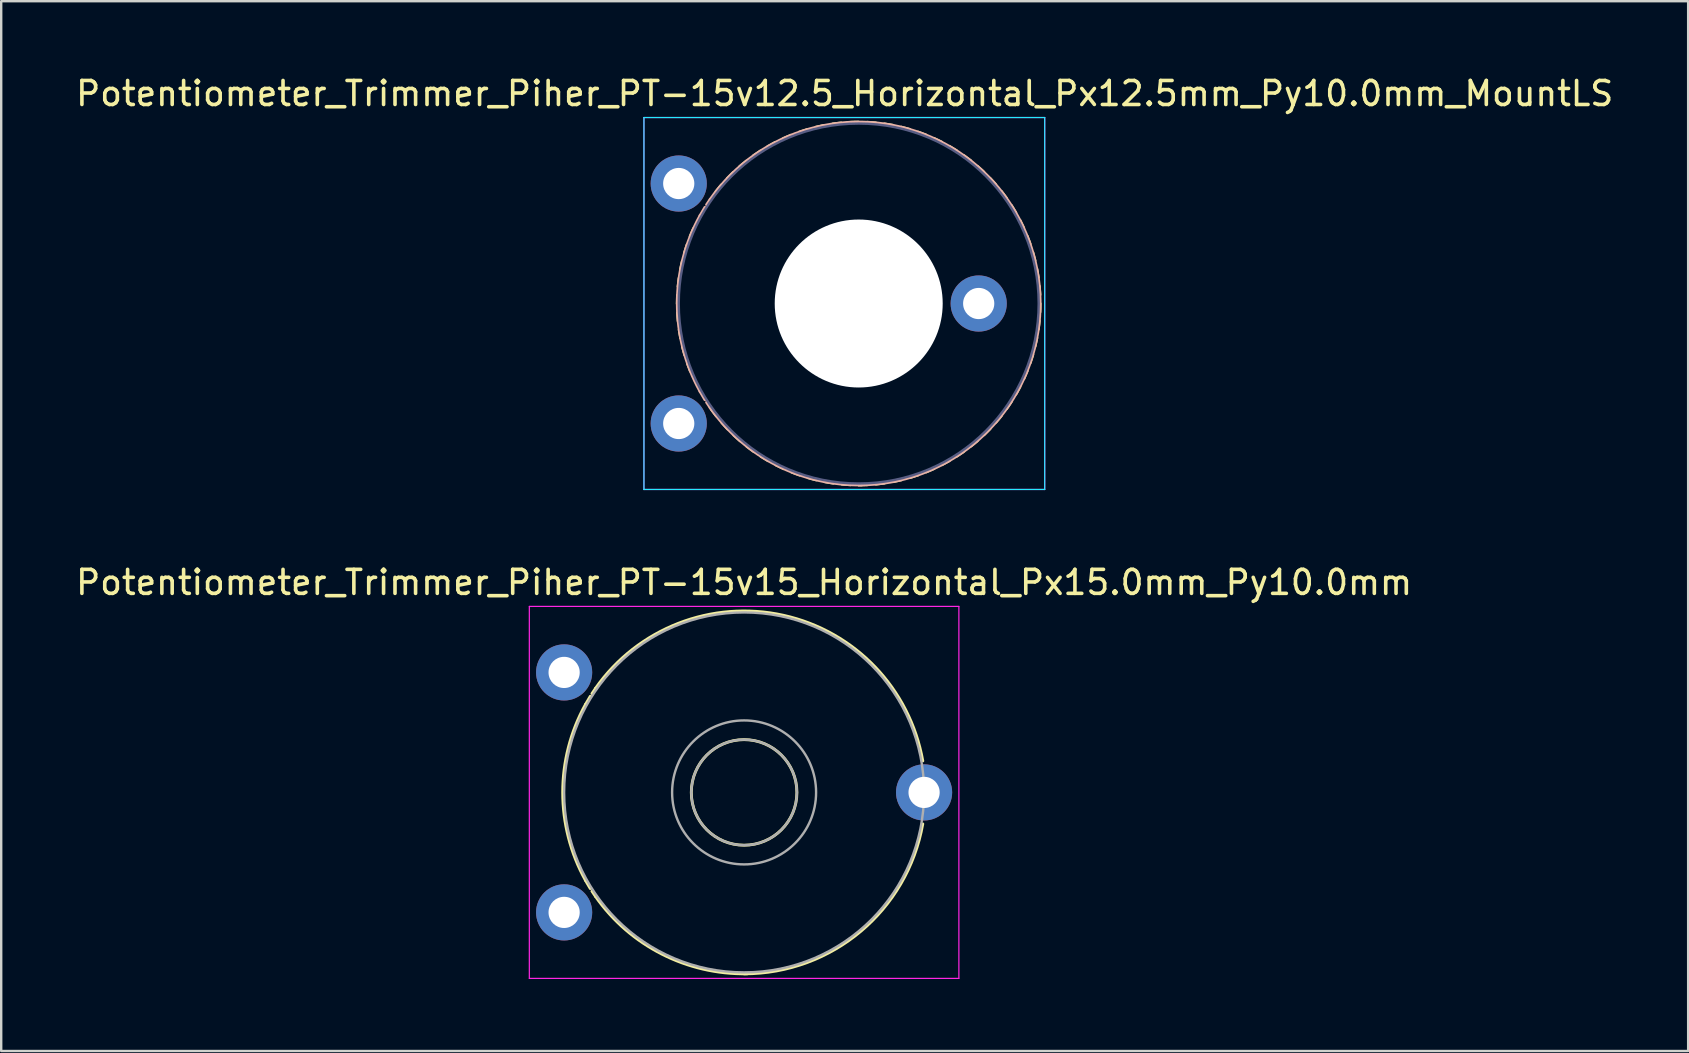
<source format=kicad_pcb>
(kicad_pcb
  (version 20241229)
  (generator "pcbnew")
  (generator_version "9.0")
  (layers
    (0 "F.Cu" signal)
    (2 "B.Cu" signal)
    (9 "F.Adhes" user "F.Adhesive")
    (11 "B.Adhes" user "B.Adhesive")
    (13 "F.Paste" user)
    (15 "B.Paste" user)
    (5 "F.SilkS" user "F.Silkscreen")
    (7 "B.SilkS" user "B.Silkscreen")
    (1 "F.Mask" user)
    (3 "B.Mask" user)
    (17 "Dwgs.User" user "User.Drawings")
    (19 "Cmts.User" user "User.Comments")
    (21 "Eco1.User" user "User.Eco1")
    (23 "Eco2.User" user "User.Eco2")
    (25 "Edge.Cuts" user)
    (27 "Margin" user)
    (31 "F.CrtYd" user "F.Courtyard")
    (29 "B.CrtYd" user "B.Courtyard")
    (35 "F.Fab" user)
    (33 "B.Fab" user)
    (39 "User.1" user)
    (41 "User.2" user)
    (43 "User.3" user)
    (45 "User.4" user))
  (footprint "Potentiometer_Trimmer_Piher_PT-15v12.5_Horizontal_Px12.5mm_Py10.0mm_MountLS"
    (layer "F.Cu")
    (at 25.234 14.598)
    (property "Reference" "Potentiometer_Trimmer_Piher_PT-15v12.5_Horizontal_Px12.5mm_Py10.0mm_MountLS" (at 6.915 -13.75 0) (layer "F.SilkS") (effects (font (size 1 1) (thickness 0.15))))
    (attr through_hole)
    (fp_arc (start -0.060867 -4.988822) (mid -0.059032 -5.166957) (end -0.053 -5.345) (stroke (width 0.12) (type solid)) (layer "F.SilkS"))
    (fp_arc (start -0.026718 -5.708229) (mid -0.007943 -5.88536) (end 0.015 -6.062) (stroke (width 0.12) (type solid)) (layer "F.SilkS"))
    (fp_arc (start -0.024953 -4.269715) (mid -0.04007 -4.447204) (end -0.051 -4.625) (stroke (width 0.12) (type solid)) (layer "F.SilkS"))
    (fp_arc (start 0.074828 -6.420804) (mid 0.110363 -6.595345) (end 0.15 -6.769) (stroke (width 0.12) (type solid)) (layer "F.SilkS"))
    (fp_arc (start 0.079697 -3.557855) (mid 0.04778 -3.733076) (end 0.02 -3.909) (stroke (width 0.12) (type solid)) (layer "F.SilkS"))
    (fp_arc (start 0.244053 -7.120552) (mid 0.296027 -7.290912) (end 0.352 -7.46) (stroke (width 0.12) (type solid)) (layer "F.SilkS"))
    (fp_arc (start 0.249802 -2.859092) (mid 0.201375 -3.030499) (end 0.157 -3.203) (stroke (width 0.12) (type solid)) (layer "F.SilkS"))
    (fp_arc (start 0.478291 -7.800341) (mid 0.546215 -7.964993) (end 0.618 -8.128) (stroke (width 0.12) (type solid)) (layer "F.SilkS"))
    (fp_arc (start 0.486126 -2.178469) (mid 0.421598 -2.344497) (end 0.361 -2.512) (stroke (width 0.12) (type solid)) (layer "F.SilkS"))
    (fp_arc (start 1.552598 -9.666019) (mid 1.664179 -9.804843) (end 1.779 -9.941) (stroke (width 0.12) (type solid)) (layer "F.SilkS"))
    (fp_arc (start 1.566046 -0.316273) (mid 1.457346 -0.457376) (end 1.352 -0.601) (stroke (width 0.12) (type solid)) (layer "F.SilkS"))
    (fp_arc (start 2.023411 -10.211803) (mid 2.14772 -10.339383) (end 2.275 -10.464) (stroke (width 0.12) (type solid)) (layer "F.SilkS"))
    (fp_arc (start 2.038166 0.22709) (mid 1.916533 0.09696) (end 1.798 -0.036) (stroke (width 0.12) (type solid)) (layer "F.SilkS"))
    (fp_arc (start 2.543574 -10.708858) (mid 2.679449 -10.824046) (end 2.818 -10.936) (stroke (width 0.12) (type solid)) (layer "F.SilkS"))
    (fp_arc (start 2.560109 0.723054) (mid 2.426646 0.605083) (end 2.296 0.484) (stroke (width 0.12) (type solid)) (layer "F.SilkS"))
    (fp_arc (start 3.109233 -11.153998) (mid 3.255438 -11.255735) (end 3.404 -11.354) (stroke (width 0.12) (type solid)) (layer "F.SilkS"))
    (fp_arc (start 3.126644 1.166859) (mid 2.982568 1.062112) (end 2.841 0.954) (stroke (width 0.12) (type solid)) (layer "F.SilkS"))
    (fp_arc (start 3.714536 -11.543945) (mid 3.86976 -11.631313) (end 4.027 -11.715) (stroke (width 0.12) (type solid)) (layer "F.SilkS"))
    (fp_arc (start 3.732589 1.554746) (mid 3.579206 1.464167) (end 3.428 1.37) (stroke (width 0.12) (type solid)) (layer "F.SilkS"))
    (fp_arc (start 4.353678 -11.874419) (mid 4.516511 -11.946637) (end 4.681 -12.015) (stroke (width 0.12) (type solid)) (layer "F.SilkS"))
    (fp_arc (start 4.37276 1.882954) (mid 4.211467 1.807366) (end 4.052 1.728) (stroke (width 0.12) (type solid)) (layer "F.SilkS"))
    (fp_arc (start 5.021806 -12.14219) (mid 5.190762 -12.198593) (end 5.361 -12.251) (stroke (width 0.12) (type solid)) (layer "F.SilkS"))
    (fp_arc (start 5.041071 2.149769) (mid 4.873306 2.089853) (end 4.707 2.026) (stroke (width 0.12) (type solid)) (layer "F.SilkS"))
    (fp_arc (start 5.711975 -12.345927) (mid 5.885539 -12.386013) (end 6.06 -12.422) (stroke (width 0.12) (type solid)) (layer "F.SilkS"))
    (fp_arc (start 5.73229 2.35043) (mid 5.559606 2.306743) (end 5.388 2.259) (stroke (width 0.12) (type solid)) (layer "F.SilkS"))
    (fp_arc (start 6.418332 -12.482353) (mid 6.594915 -12.50576) (end 6.772 -12.525) (stroke (width 0.12) (type solid)) (layer "F.SilkS"))
    (fp_arc (start 6.439427 2.485269) (mid 6.26337 2.458204) (end 6.088 2.427) (stroke (width 0.12) (type solid)) (layer "F.SilkS"))
    (fp_arc (start 7.134885 -12.551183) (mid 7.312891 -12.557689) (end 7.491 -12.56) (stroke (width 0.12) (type solid)) (layer "F.SilkS"))
    (fp_arc (start 7.156393 2.55257) (mid 6.978552 2.542378) (end 6.801 2.528) (stroke (width 0.12) (type solid)) (layer "F.SilkS"))
    (fp_arc (start 7.854642 -12.55209) (mid 8.032469 -12.541639) (end 8.21 -12.527) (stroke (width 0.12) (type solid)) (layer "F.SilkS"))
    (fp_arc (start 7.856125 2.551607) (mid 7.678112 2.557901) (end 7.5 2.56) (stroke (width 0.12) (type solid)) (layer "F.SilkS"))
    (fp_arc (start 8.570609 -12.484742) (mid 8.746651 -12.457441) (end 8.922 -12.426) (stroke (width 0.12) (type solid)) (layer "F.SilkS"))
    (fp_arc (start 8.572725 2.483776) (mid 8.396111 2.506972) (end 8.219 2.526) (stroke (width 0.12) (type solid)) (layer "F.SilkS"))
    (fp_arc (start 9.277793 -12.348904) (mid 9.450438 -12.30498) (end 9.622 -12.257) (stroke (width 0.12) (type solid)) (layer "F.SilkS"))
    (fp_arc (start 9.280129 2.348302) (mid 9.10651 2.388202) (end 8.932 2.424) (stroke (width 0.12) (type solid)) (layer "F.SilkS"))
    (fp_arc (start 9.968108 -12.146197) (mid 10.135786 -12.086065) (end 10.302 -12.022) (stroke (width 0.12) (type solid)) (layer "F.SilkS"))
    (fp_arc (start 9.970345 2.145563) (mid 9.801311 2.20178) (end 9.631 2.254) (stroke (width 0.12) (type solid)) (layer "F.SilkS"))
    (fp_arc (start 10.636419 -11.879383) (mid 10.797625 -11.80358) (end 10.957 -11.724) (stroke (width 0.12) (type solid)) (layer "F.SilkS"))
    (fp_arc (start 10.63852 1.878792) (mid 10.475586 1.950826) (end 10.311 2.019) (stroke (width 0.12) (type solid)) (layer "F.SilkS"))
    (fp_arc (start 11.276637 -11.550175) (mid 11.429909 -11.45938) (end 11.581 -11.365) (stroke (width 0.12) (type solid)) (layer "F.SilkS"))
    (fp_arc (start 11.278661 1.54827) (mid 11.123336 1.635477) (end 10.966 1.719) (stroke (width 0.12) (type solid)) (layer "F.SilkS"))
    (fp_arc (start 11.882629 -11.16129) (mid 12.026571 -11.056326) (end 12.168 -10.948) (stroke (width 0.12) (type solid)) (layer "F.SilkS"))
    (fp_arc (start 11.884011 1.159322) (mid 11.737682 1.260899) (end 11.589 1.359) (stroke (width 0.12) (type solid)) (layer "F.SilkS"))
    (fp_arc (start 12.448212 -10.716439) (mid 12.581517 -10.598274) (end 12.712 -10.477) (stroke (width 0.12) (type solid)) (layer "F.SilkS"))
    (fp_arc (start 12.449717 0.715181) (mid 12.313695 0.830209) (end 12.175 0.942) (stroke (width 0.12) (type solid)) (layer "F.SilkS"))
    (fp_arc (start 12.96925 -10.21843) (mid 13.090677 -10.088127) (end 13.209 -9.955) (stroke (width 0.12) (type solid)) (layer "F.SilkS"))
    (fp_arc (start 12.970879 0.218079) (mid 12.846424 0.345523) (end 12.719 0.47) (stroke (width 0.12) (type solid)) (layer "F.SilkS"))
    (fp_arc (start 13.44137 -9.675067) (mid 13.549864 -9.533792) (end 13.655 -9.39) (stroke (width 0.12) (type solid)) (layer "F.SilkS"))
    (fp_arc (start 13.442784 -0.325754) (mid 13.331011 -0.187041) (end 13.216 -0.051) (stroke (width 0.12) (type solid)) (layer "F.SilkS"))
    (fp_arc (start 13.858437 -9.089063) (mid 13.95301 -8.938125) (end 14.044 -8.785) (stroke (width 0.12) (type solid)) (layer "F.SilkS"))
    (fp_arc (start 13.859629 -0.912041) (mid 13.761553 -0.763345) (end 13.66 -0.617) (stroke (width 0.12) (type solid)) (layer "F.SilkS"))
    (fp_arc (start 14.219171 -8.466364) (mid 14.298973 -8.3071) (end 14.375 -8.146) (stroke (width 0.12) (type solid)) (layer "F.SilkS"))
    (fp_arc (start 14.219698 -1.534694) (mid 14.136191 -1.377341) (end 14.049 -1.222) (stroke (width 0.12) (type solid)) (layer "F.SilkS"))
    (fp_arc (start 14.518341 -7.81173) (mid 14.582637 -7.645599) (end 14.643 -7.478) (stroke (width 0.12) (type solid)) (layer "F.SilkS"))
    (fp_arc (start 14.519183 -2.189529) (mid 14.451021 -2.024939) (end 14.379 -1.862) (stroke (width 0.12) (type solid)) (layer "F.SilkS"))
    (fp_arc (start 14.753666 -7.13106) (mid 14.80186 -6.959574) (end 14.846 -6.787) (stroke (width 0.12) (type solid)) (layer "F.SilkS"))
    (fp_arc (start 14.75442 -2.869365) (mid 14.702209 -2.699044) (end 14.646 -2.53) (stroke (width 0.12) (type solid)) (layer "F.SilkS"))
    (fp_arc (start 14.923645 -3.569113) (mid 14.887873 -3.394611) (end 14.848 -3.221) (stroke (width 0.12) (type solid)) (layer "F.SilkS"))
    (fp_arc (start 14.923771 -6.432298) (mid 14.955455 -6.256998) (end 14.983 -6.081) (stroke (width 0.12) (type solid)) (layer "F.SilkS"))
    (fp_arc (start 15.02619 -4.281735) (mid 15.007179 -4.104619) (end 14.984 -3.928) (stroke (width 0.12) (type solid)) (layer "F.SilkS"))
    (fp_arc (start 15.02647 -5.719344) (mid 15.041328 -5.541822) (end 15.052 -5.364) (stroke (width 0.12) (type solid)) (layer "F.SilkS"))
    (fp_arc (start 15.060386 -5.000143) (mid 15.058291 -4.822022) (end 15.052 -4.644) (stroke (width 0.12) (type solid)) (layer "F.SilkS"))
    (fp_arc (start 0.888607 -1.335708) (mid -0.058939 -5.000405) (end 0.889 -8.665) (stroke (width 0.12) (type solid)) (layer "B.SilkS"))
    (fp_arc (start 0.889127 -8.665036) (mid 0.987332 -8.836833) (end 1.09 -9.006) (stroke (width 0.12) (type solid)) (layer "B.SilkS"))
    (fp_arc (start 1.088873 -0.993977) (mid 0.986204 -1.163174) (end 0.888 -1.335) (stroke (width 0.12) (type solid)) (layer "B.SilkS"))
    (fp_arc (start 1.160448 -9.117261) (mid 1.23327 -9.227274) (end 1.308 -9.336) (stroke (width 0.12) (type solid)) (layer "B.SilkS"))
    (fp_arc (start 1.307211 -9.336238) (mid 14.205802 -8.490819) (end 7.5 2.56) (stroke (width 0.12) (type solid)) (layer "B.SilkS"))
    (fp_arc (start 1.307543 -0.664245) (mid 1.232817 -0.772979) (end 1.16 -0.883) (stroke (width 0.12) (type solid)) (layer "B.SilkS"))
    (fp_arc (start 7.631625 2.55889) (mid 4.067534 1.735898) (end 1.307 -0.664) (stroke (width 0.12) (type solid)) (layer "B.SilkS"))
    (fp_line (start -1.45 -12.75) (end -1.45 2.75) (stroke (width 0.05) (type solid)) (layer "B.CrtYd"))
    (fp_line (start -1.45 2.75) (end 15.25 2.75) (stroke (width 0.05) (type solid)) (layer "B.CrtYd"))
    (fp_line (start 15.25 -12.75) (end -1.45 -12.75) (stroke (width 0.05) (type solid)) (layer "B.CrtYd"))
    (fp_line (start 15.25 2.75) (end 15.25 -12.75) (stroke (width 0.05) (type solid)) (layer "B.CrtYd"))
    (fp_line (start -1.45 -12.75) (end -1.45 2.75) (stroke (width 0.05) (type solid)) (layer "F.CrtYd"))
    (fp_line (start -1.45 2.75) (end 15.25 2.75) (stroke (width 0.05) (type solid)) (layer "F.CrtYd"))
    (fp_line (start 15.25 -12.75) (end -1.45 -12.75) (stroke (width 0.05) (type solid)) (layer "F.CrtYd"))
    (fp_line (start 15.25 2.75) (end 15.25 -12.75) (stroke (width 0.05) (type solid)) (layer "F.CrtYd"))
    (fp_circle (center 7.5 -5) (end 9.7 -5) (stroke (width 0.1) (type solid)) (fill no) (layer "B.Fab"))
    (fp_circle (center 7.5 -5) (end 10.5 -5) (stroke (width 0.1) (type solid)) (fill no) (layer "B.Fab"))
    (fp_circle (center 7.5 -5) (end 15 -5) (stroke (width 0.1) (type solid)) (fill no) (layer "B.Fab"))
    (pad "" np_thru_hole circle (at 7.5 -5) (size 7 7) (drill 7) (layers "*.Cu" "*.Mask"))
    (pad "1" thru_hole circle (at 0 0) (size 2.34 2.34) (drill 1.3) (layers "*.Cu" "*.Mask"))
    (pad "2" thru_hole circle (at 12.5 -5) (size 2.34 2.34) (drill 1.3) (layers "*.Cu" "*.Mask"))
    (pad "3" thru_hole circle (at 0 -10) (size 2.34 2.34) (drill 1.3) (layers "*.Cu" "*.Mask")))
  (footprint "Potentiometer_Trimmer_Piher_PT-15v15_Horizontal_Px15.0mm_Py10.0mm"
    (layer "F.Cu")
    (at 20.458 34.971)
    (property "Reference" "Potentiometer_Trimmer_Piher_PT-15v15_Horizontal_Px15.0mm_Py10.0mm" (at 7.5 -13.75 0) (layer "F.SilkS") (effects (font (size 1 1) (thickness 0.15))))
    (attr through_hole)
    (fp_arc (start 0.888607 -1.335708) (mid -0.058939 -5.000405) (end 0.889 -8.665) (stroke (width 0.12) (type solid)) (layer "F.SilkS"))
    (fp_arc (start 0.889127 -8.665036) (mid 0.987332 -8.836833) (end 1.09 -9.006) (stroke (width 0.12) (type solid)) (layer "F.SilkS"))
    (fp_arc (start 1.088873 -0.993977) (mid 0.986204 -1.163174) (end 0.888 -1.335) (stroke (width 0.12) (type solid)) (layer "F.SilkS"))
    (fp_arc (start 1.160448 -9.117261) (mid 1.23327 -9.227274) (end 1.308 -9.336) (stroke (width 0.12) (type solid)) (layer "F.SilkS"))
    (fp_arc (start 1.307159 -9.337393) (mid 9.137331 -12.381288) (end 14.946 -6.312) (stroke (width 0.12) (type solid)) (layer "F.SilkS"))
    (fp_arc (start 1.307543 -0.664245) (mid 1.232817 -0.772979) (end 1.16 -0.883) (stroke (width 0.12) (type solid)) (layer "F.SilkS"))
    (fp_arc (start 7.631625 2.55889) (mid 4.067534 1.735898) (end 1.307 -0.664) (stroke (width 0.12) (type solid)) (layer "F.SilkS"))
    (fp_arc (start 14.945147 -3.68722) (mid 12.359475 0.791296) (end 7.5 2.56) (stroke (width 0.12) (type solid)) (layer "F.SilkS"))
    (fp_circle (center 7.5 -5) (end 9.7 -5) (stroke (width 0.12) (type solid)) (fill no) (layer "F.SilkS"))
    (fp_line (start -1.45 -12.75) (end -1.45 2.75) (stroke (width 0.05) (type solid)) (layer "F.CrtYd"))
    (fp_line (start -1.45 2.75) (end 16.45 2.75) (stroke (width 0.05) (type solid)) (layer "F.CrtYd"))
    (fp_line (start 16.45 -12.75) (end -1.45 -12.75) (stroke (width 0.05) (type solid)) (layer "F.CrtYd"))
    (fp_line (start 16.45 2.75) (end 16.45 -12.75) (stroke (width 0.05) (type solid)) (layer "F.CrtYd"))
    (fp_circle (center 7.5 -5) (end 9.7 -5) (stroke (width 0.1) (type solid)) (fill no) (layer "F.Fab"))
    (fp_circle (center 7.5 -5) (end 10.5 -5) (stroke (width 0.1) (type solid)) (fill no) (layer "F.Fab"))
    (fp_circle (center 7.5 -5) (end 15 -5) (stroke (width 0.1) (type solid)) (fill no) (layer "F.Fab"))
    (pad "1" thru_hole circle (at 0 0) (size 2.34 2.34) (drill 1.3) (layers "*.Cu" "*.Mask"))
    (pad "2" thru_hole circle (at 15 -5) (size 2.34 2.34) (drill 1.3) (layers "*.Cu" "*.Mask"))
    (pad "3" thru_hole circle (at 0 -10) (size 2.34 2.34) (drill 1.3) (layers "*.Cu" "*.Mask")))
  (gr_rect
    (start -3 -3)
    (end 67.298 40.746)
    (stroke (width 0.1) (type default))
    (fill no)
    (layer "Edge.Cuts")))
</source>
